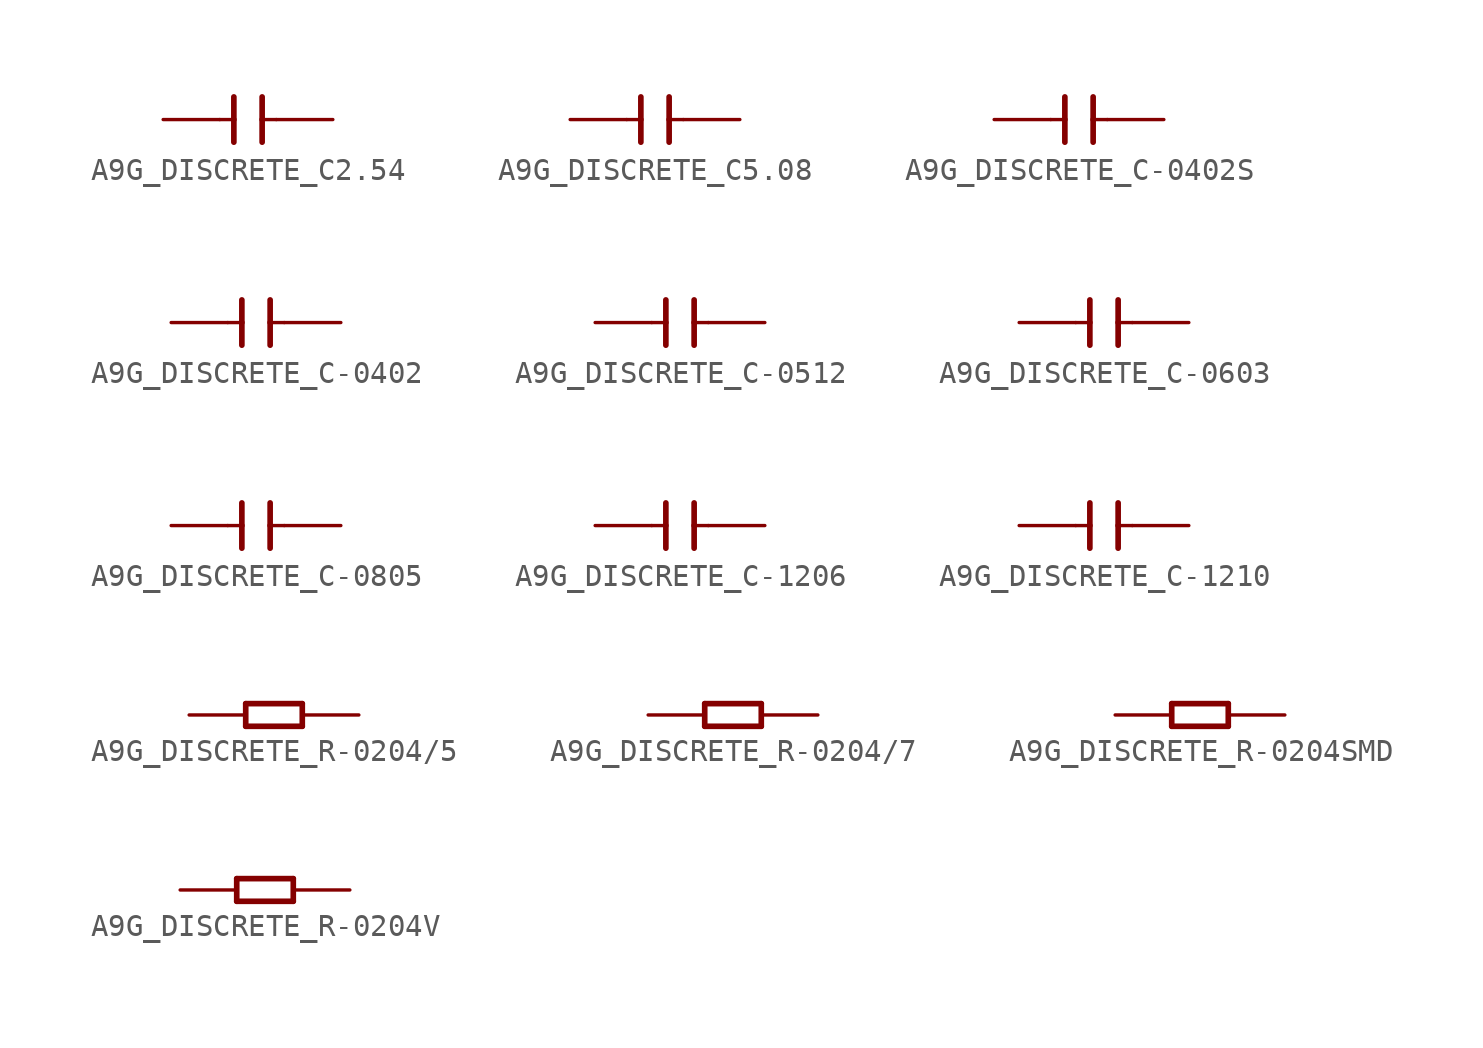
<source format=kicad_sym>
(kicad_symbol_lib
  (version 20231120)
  (generator "kicad_symbol_editor")
  (generator_version "8.0")
  (symbol "A9G_DISCRETE_C2.54"
    (property "Reference" "C"
      (at -3.81 0 0)
      (effects (font (size 1.27 1.079)) (justify left bottom) (hide yes)))
    (property "ki_locked" ""
      (at 0 0 0)
      (effects (font (size 1.27 1.27))))
    (symbol "A9G_DISCRETE_C2.54_1_0"
      (polyline (pts (xy -1.27 0) (xy -0.635 0)) (stroke (width 0.152) (type solid)) (fill (type none)))
      (polyline (pts (xy -0.635 -1.016) (xy -0.635 0)) (stroke (width 0.254) (type solid)) (fill (type none)))
      (polyline (pts (xy -0.635 0) (xy -0.635 1.016)) (stroke (width 0.254) (type solid)) (fill (type none)))
      (polyline (pts (xy 0.635 0) (xy 0.635 -1.016)) (stroke (width 0.254) (type solid)) (fill (type none)))
      (polyline (pts (xy 0.635 0) (xy 1.27 0)) (stroke (width 0.152) (type solid)) (fill (type none)))
      (polyline (pts (xy 0.635 1.016) (xy 0.635 0)) (stroke (width 0.254) (type solid)) (fill (type none)))
      (pin passive line (at -3.81 0 0) (length 2.54) (name "1" (effects (font (size 0 0)))) (number "1" (effects (font (size 0 0)))))
      (pin passive line (at 3.81 0 180) (length 2.54) (name "2" (effects (font (size 0 0)))) (number "2" (effects (font (size 0 0)))))))
  (symbol "A9G_DISCRETE_C5.08"
    (property "Reference" "C"
      (at -3.81 0 0)
      (effects (font (size 1.27 1.079)) (justify left bottom) (hide yes)))
    (property "ki_locked" ""
      (at 0 0 0)
      (effects (font (size 1.27 1.27))))
    (symbol "A9G_DISCRETE_C5.08_1_0"
      (polyline (pts (xy -1.27 0) (xy -0.635 0)) (stroke (width 0.152) (type solid)) (fill (type none)))
      (polyline (pts (xy -0.635 -1.016) (xy -0.635 0)) (stroke (width 0.254) (type solid)) (fill (type none)))
      (polyline (pts (xy -0.635 0) (xy -0.635 1.016)) (stroke (width 0.254) (type solid)) (fill (type none)))
      (polyline (pts (xy 0.635 0) (xy 0.635 -1.016)) (stroke (width 0.254) (type solid)) (fill (type none)))
      (polyline (pts (xy 0.635 0) (xy 1.27 0)) (stroke (width 0.152) (type solid)) (fill (type none)))
      (polyline (pts (xy 0.635 1.016) (xy 0.635 0)) (stroke (width 0.254) (type solid)) (fill (type none)))
      (pin passive line (at -3.81 0 0) (length 2.54) (name "1" (effects (font (size 0 0)))) (number "1" (effects (font (size 0 0)))))
      (pin passive line (at 3.81 0 180) (length 2.54) (name "2" (effects (font (size 0 0)))) (number "2" (effects (font (size 0 0)))))))
  (symbol "A9G_DISCRETE_C-0402S"
    (property "Reference" "C"
      (at -3.81 0 0)
      (effects (font (size 1.27 1.079)) (justify left bottom) (hide yes)))
    (property "ki_locked" ""
      (at 0 0 0)
      (effects (font (size 1.27 1.27))))
    (symbol "A9G_DISCRETE_C-0402S_1_0"
      (polyline (pts (xy -1.27 0) (xy -0.635 0)) (stroke (width 0.152) (type solid)) (fill (type none)))
      (polyline (pts (xy -0.635 -1.016) (xy -0.635 0)) (stroke (width 0.254) (type solid)) (fill (type none)))
      (polyline (pts (xy -0.635 0) (xy -0.635 1.016)) (stroke (width 0.254) (type solid)) (fill (type none)))
      (polyline (pts (xy 0.635 0) (xy 0.635 -1.016)) (stroke (width 0.254) (type solid)) (fill (type none)))
      (polyline (pts (xy 0.635 0) (xy 1.27 0)) (stroke (width 0.152) (type solid)) (fill (type none)))
      (polyline (pts (xy 0.635 1.016) (xy 0.635 0)) (stroke (width 0.254) (type solid)) (fill (type none)))
      (pin passive line (at -3.81 0 0) (length 2.54) (name "1" (effects (font (size 0 0)))) (number "1" (effects (font (size 0 0)))))
      (pin passive line (at 3.81 0 180) (length 2.54) (name "2" (effects (font (size 0 0)))) (number "2" (effects (font (size 0 0)))))))
  (symbol "A9G_DISCRETE_C-0402"
    (property "Reference" "C"
      (at -3.81 0 0)
      (effects (font (size 1.27 1.079)) (justify left bottom) (hide yes)))
    (property "ki_locked" ""
      (at 0 0 0)
      (effects (font (size 1.27 1.27))))
    (symbol "A9G_DISCRETE_C-0402_1_0"
      (polyline (pts (xy -1.27 0) (xy -0.635 0)) (stroke (width 0.152) (type solid)) (fill (type none)))
      (polyline (pts (xy -0.635 -1.016) (xy -0.635 0)) (stroke (width 0.254) (type solid)) (fill (type none)))
      (polyline (pts (xy -0.635 0) (xy -0.635 1.016)) (stroke (width 0.254) (type solid)) (fill (type none)))
      (polyline (pts (xy 0.635 0) (xy 0.635 -1.016)) (stroke (width 0.254) (type solid)) (fill (type none)))
      (polyline (pts (xy 0.635 0) (xy 1.27 0)) (stroke (width 0.152) (type solid)) (fill (type none)))
      (polyline (pts (xy 0.635 1.016) (xy 0.635 0)) (stroke (width 0.254) (type solid)) (fill (type none)))
      (pin passive line (at -3.81 0 0) (length 2.54) (name "1" (effects (font (size 0 0)))) (number "1" (effects (font (size 0 0)))))
      (pin passive line (at 3.81 0 180) (length 2.54) (name "2" (effects (font (size 0 0)))) (number "2" (effects (font (size 0 0)))))))
  (symbol "A9G_DISCRETE_C-0512"
    (property "Reference" "C"
      (at -3.81 0 0)
      (effects (font (size 1.27 1.079)) (justify left bottom) (hide yes)))
    (property "ki_locked" ""
      (at 0 0 0)
      (effects (font (size 1.27 1.27))))
    (symbol "A9G_DISCRETE_C-0512_1_0"
      (polyline (pts (xy -1.27 0) (xy -0.635 0)) (stroke (width 0.152) (type solid)) (fill (type none)))
      (polyline (pts (xy -0.635 -1.016) (xy -0.635 0)) (stroke (width 0.254) (type solid)) (fill (type none)))
      (polyline (pts (xy -0.635 0) (xy -0.635 1.016)) (stroke (width 0.254) (type solid)) (fill (type none)))
      (polyline (pts (xy 0.635 0) (xy 0.635 -1.016)) (stroke (width 0.254) (type solid)) (fill (type none)))
      (polyline (pts (xy 0.635 0) (xy 1.27 0)) (stroke (width 0.152) (type solid)) (fill (type none)))
      (polyline (pts (xy 0.635 1.016) (xy 0.635 0)) (stroke (width 0.254) (type solid)) (fill (type none)))
      (pin passive line (at -3.81 0 0) (length 2.54) (name "1" (effects (font (size 0 0)))) (number "P$1" (effects (font (size 0 0)))))
      (pin passive line (at 3.81 0 180) (length 2.54) (name "2" (effects (font (size 0 0)))) (number "P$2" (effects (font (size 0 0)))))))
  (symbol "A9G_DISCRETE_C-0603"
    (property "Reference" "C"
      (at -3.81 0 0)
      (effects (font (size 1.27 1.079)) (justify left bottom) (hide yes)))
    (property "ki_locked" ""
      (at 0 0 0)
      (effects (font (size 1.27 1.27))))
    (symbol "A9G_DISCRETE_C-0603_1_0"
      (polyline (pts (xy -1.27 0) (xy -0.635 0)) (stroke (width 0.152) (type solid)) (fill (type none)))
      (polyline (pts (xy -0.635 -1.016) (xy -0.635 0)) (stroke (width 0.254) (type solid)) (fill (type none)))
      (polyline (pts (xy -0.635 0) (xy -0.635 1.016)) (stroke (width 0.254) (type solid)) (fill (type none)))
      (polyline (pts (xy 0.635 0) (xy 0.635 -1.016)) (stroke (width 0.254) (type solid)) (fill (type none)))
      (polyline (pts (xy 0.635 0) (xy 1.27 0)) (stroke (width 0.152) (type solid)) (fill (type none)))
      (polyline (pts (xy 0.635 1.016) (xy 0.635 0)) (stroke (width 0.254) (type solid)) (fill (type none)))
      (pin passive line (at -3.81 0 0) (length 2.54) (name "1" (effects (font (size 0 0)))) (number "1" (effects (font (size 0 0)))))
      (pin passive line (at 3.81 0 180) (length 2.54) (name "2" (effects (font (size 0 0)))) (number "2" (effects (font (size 0 0)))))))
  (symbol "A9G_DISCRETE_C-0805"
    (property "Reference" "C"
      (at -3.81 0 0)
      (effects (font (size 1.27 1.079)) (justify left bottom) (hide yes)))
    (property "ki_locked" ""
      (at 0 0 0)
      (effects (font (size 1.27 1.27))))
    (symbol "A9G_DISCRETE_C-0805_1_0"
      (polyline (pts (xy -1.27 0) (xy -0.635 0)) (stroke (width 0.152) (type solid)) (fill (type none)))
      (polyline (pts (xy -0.635 -1.016) (xy -0.635 0)) (stroke (width 0.254) (type solid)) (fill (type none)))
      (polyline (pts (xy -0.635 0) (xy -0.635 1.016)) (stroke (width 0.254) (type solid)) (fill (type none)))
      (polyline (pts (xy 0.635 0) (xy 0.635 -1.016)) (stroke (width 0.254) (type solid)) (fill (type none)))
      (polyline (pts (xy 0.635 0) (xy 1.27 0)) (stroke (width 0.152) (type solid)) (fill (type none)))
      (polyline (pts (xy 0.635 1.016) (xy 0.635 0)) (stroke (width 0.254) (type solid)) (fill (type none)))
      (pin passive line (at -3.81 0 0) (length 2.54) (name "1" (effects (font (size 0 0)))) (number "1" (effects (font (size 0 0)))))
      (pin passive line (at 3.81 0 180) (length 2.54) (name "2" (effects (font (size 0 0)))) (number "2" (effects (font (size 0 0)))))))
  (symbol "A9G_DISCRETE_C-1206"
    (property "Reference" "C"
      (at -3.81 0 0)
      (effects (font (size 1.27 1.079)) (justify left bottom) (hide yes)))
    (property "ki_locked" ""
      (at 0 0 0)
      (effects (font (size 1.27 1.27))))
    (symbol "A9G_DISCRETE_C-1206_1_0"
      (polyline (pts (xy -1.27 0) (xy -0.635 0)) (stroke (width 0.152) (type solid)) (fill (type none)))
      (polyline (pts (xy -0.635 -1.016) (xy -0.635 0)) (stroke (width 0.254) (type solid)) (fill (type none)))
      (polyline (pts (xy -0.635 0) (xy -0.635 1.016)) (stroke (width 0.254) (type solid)) (fill (type none)))
      (polyline (pts (xy 0.635 0) (xy 0.635 -1.016)) (stroke (width 0.254) (type solid)) (fill (type none)))
      (polyline (pts (xy 0.635 0) (xy 1.27 0)) (stroke (width 0.152) (type solid)) (fill (type none)))
      (polyline (pts (xy 0.635 1.016) (xy 0.635 0)) (stroke (width 0.254) (type solid)) (fill (type none)))
      (pin passive line (at -3.81 0 0) (length 2.54) (name "1" (effects (font (size 0 0)))) (number "1" (effects (font (size 0 0)))))
      (pin passive line (at 3.81 0 180) (length 2.54) (name "2" (effects (font (size 0 0)))) (number "2" (effects (font (size 0 0)))))))
  (symbol "A9G_DISCRETE_C-1210"
    (property "Reference" "C"
      (at -3.81 0 0)
      (effects (font (size 1.27 1.079)) (justify left bottom) (hide yes)))
    (property "ki_locked" ""
      (at 0 0 0)
      (effects (font (size 1.27 1.27))))
    (symbol "A9G_DISCRETE_C-1210_1_0"
      (polyline (pts (xy -1.27 0) (xy -0.635 0)) (stroke (width 0.152) (type solid)) (fill (type none)))
      (polyline (pts (xy -0.635 -1.016) (xy -0.635 0)) (stroke (width 0.254) (type solid)) (fill (type none)))
      (polyline (pts (xy -0.635 0) (xy -0.635 1.016)) (stroke (width 0.254) (type solid)) (fill (type none)))
      (polyline (pts (xy 0.635 0) (xy 0.635 -1.016)) (stroke (width 0.254) (type solid)) (fill (type none)))
      (polyline (pts (xy 0.635 0) (xy 1.27 0)) (stroke (width 0.152) (type solid)) (fill (type none)))
      (polyline (pts (xy 0.635 1.016) (xy 0.635 0)) (stroke (width 0.254) (type solid)) (fill (type none)))
      (pin passive line (at -3.81 0 0) (length 2.54) (name "1" (effects (font (size 0 0)))) (number "1" (effects (font (size 0 0)))))
      (pin passive line (at 3.81 0 180) (length 2.54) (name "2" (effects (font (size 0 0)))) (number "2" (effects (font (size 0 0)))))))
  (symbol "A9G_DISCRETE_R-0204/5"
    (property "Reference" "R"
      (at -3.81 0 0)
      (effects (font (size 1.27 1.079)) (justify left bottom) (hide yes)))
    (property "ki_locked" ""
      (at 0 0 0)
      (effects (font (size 1.27 1.27))))
    (symbol "A9G_DISCRETE_R-0204/5_1_0"
      (polyline (pts (xy -1.27 -0.508) (xy -1.27 0.508)) (stroke (width 0.254) (type solid)) (fill (type none)))
      (polyline (pts (xy -1.27 0.508) (xy 1.27 0.508)) (stroke (width 0.254) (type solid)) (fill (type none)))
      (polyline (pts (xy 1.27 -0.508) (xy -1.27 -0.508)) (stroke (width 0.254) (type solid)) (fill (type none)))
      (polyline (pts (xy 1.27 0.508) (xy 1.27 -0.508)) (stroke (width 0.254) (type solid)) (fill (type none)))
      (pin passive line (at -3.81 0 0) (length 2.54) (name "1" (effects (font (size 0 0)))) (number "1" (effects (font (size 0 0)))))
      (pin passive line (at 3.81 0 180) (length 2.54) (name "2" (effects (font (size 0 0)))) (number "2" (effects (font (size 0 0)))))))
  (symbol "A9G_DISCRETE_R-0204/7"
    (property "Reference" "R"
      (at -3.81 0 0)
      (effects (font (size 1.27 1.079)) (justify left bottom) (hide yes)))
    (property "ki_locked" ""
      (at 0 0 0)
      (effects (font (size 1.27 1.27))))
    (symbol "A9G_DISCRETE_R-0204/7_1_0"
      (polyline (pts (xy -1.27 -0.508) (xy -1.27 0.508)) (stroke (width 0.254) (type solid)) (fill (type none)))
      (polyline (pts (xy -1.27 0.508) (xy 1.27 0.508)) (stroke (width 0.254) (type solid)) (fill (type none)))
      (polyline (pts (xy 1.27 -0.508) (xy -1.27 -0.508)) (stroke (width 0.254) (type solid)) (fill (type none)))
      (polyline (pts (xy 1.27 0.508) (xy 1.27 -0.508)) (stroke (width 0.254) (type solid)) (fill (type none)))
      (pin passive line (at -3.81 0 0) (length 2.54) (name "1" (effects (font (size 0 0)))) (number "1" (effects (font (size 0 0)))))
      (pin passive line (at 3.81 0 180) (length 2.54) (name "2" (effects (font (size 0 0)))) (number "2" (effects (font (size 0 0)))))))
  (symbol "A9G_DISCRETE_R-0204SMD"
    (property "Reference" "R"
      (at -3.81 0 0)
      (effects (font (size 1.27 1.079)) (justify left bottom) (hide yes)))
    (property "ki_locked" ""
      (at 0 0 0)
      (effects (font (size 1.27 1.27))))
    (symbol "A9G_DISCRETE_R-0204SMD_1_0"
      (polyline (pts (xy -1.27 -0.508) (xy -1.27 0.508)) (stroke (width 0.254) (type solid)) (fill (type none)))
      (polyline (pts (xy -1.27 0.508) (xy 1.27 0.508)) (stroke (width 0.254) (type solid)) (fill (type none)))
      (polyline (pts (xy 1.27 -0.508) (xy -1.27 -0.508)) (stroke (width 0.254) (type solid)) (fill (type none)))
      (polyline (pts (xy 1.27 0.508) (xy 1.27 -0.508)) (stroke (width 0.254) (type solid)) (fill (type none)))
      (pin passive line (at -3.81 0 0) (length 2.54) (name "1" (effects (font (size 0 0)))) (number "1" (effects (font (size 0 0)))))
      (pin passive line (at 3.81 0 180) (length 2.54) (name "2" (effects (font (size 0 0)))) (number "2" (effects (font (size 0 0)))))))
  (symbol "A9G_DISCRETE_R-0204V"
    (property "Reference" "R"
      (at -3.81 0 0)
      (effects (font (size 1.27 1.079)) (justify left bottom) (hide yes)))
    (property "ki_locked" ""
      (at 0 0 0)
      (effects (font (size 1.27 1.27))))
    (symbol "A9G_DISCRETE_R-0204V_1_0"
      (polyline (pts (xy -1.27 -0.508) (xy -1.27 0.508)) (stroke (width 0.254) (type solid)) (fill (type none)))
      (polyline (pts (xy -1.27 0.508) (xy 1.27 0.508)) (stroke (width 0.254) (type solid)) (fill (type none)))
      (polyline (pts (xy 1.27 -0.508) (xy -1.27 -0.508)) (stroke (width 0.254) (type solid)) (fill (type none)))
      (polyline (pts (xy 1.27 0.508) (xy 1.27 -0.508)) (stroke (width 0.254) (type solid)) (fill (type none)))
      (pin passive line (at -3.81 0 0) (length 2.54) (name "1" (effects (font (size 0 0)))) (number "1" (effects (font (size 0 0)))))
      (pin passive line (at 3.81 0 180) (length 2.54) (name "2" (effects (font (size 0 0)))) (number "2" (effects (font (size 0 0))))))))
</source>
